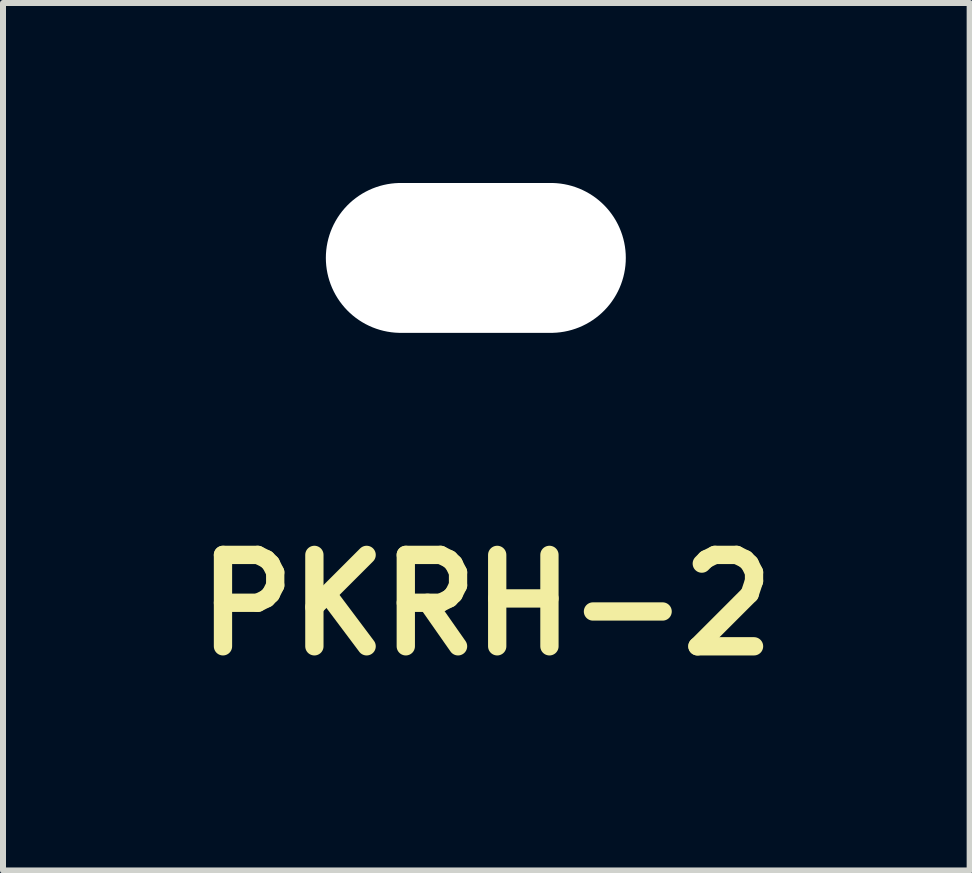
<source format=kicad_pcb>
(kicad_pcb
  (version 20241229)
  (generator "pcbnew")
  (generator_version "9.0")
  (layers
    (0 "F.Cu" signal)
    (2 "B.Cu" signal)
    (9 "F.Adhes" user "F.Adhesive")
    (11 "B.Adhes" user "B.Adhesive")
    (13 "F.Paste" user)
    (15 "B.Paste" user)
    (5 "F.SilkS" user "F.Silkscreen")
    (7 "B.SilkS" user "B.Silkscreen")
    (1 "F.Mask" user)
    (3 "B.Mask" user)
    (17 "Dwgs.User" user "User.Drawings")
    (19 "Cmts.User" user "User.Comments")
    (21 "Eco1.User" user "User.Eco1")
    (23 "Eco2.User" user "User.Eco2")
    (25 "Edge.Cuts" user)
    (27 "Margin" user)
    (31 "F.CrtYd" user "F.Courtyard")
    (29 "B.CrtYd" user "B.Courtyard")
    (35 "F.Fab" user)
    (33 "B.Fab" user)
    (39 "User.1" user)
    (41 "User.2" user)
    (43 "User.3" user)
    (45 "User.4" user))
  (footprint "PKRH-2"
    (layer "F.Cu")
    (at 4.883 1.25)
    (property "Reference" "PKRH-2" (at 0.175 5.786 0) (layer "F.SilkS") (effects (font (size 1.524 1.524) (thickness 0.305))))
    (attr exclude_from_pos_files exclude_from_bom)
    (pad "" np_thru_hole oval (at 0 0) (size 5.001 2.499) (drill oval 5.001 2.499) (layers "*.Cu" "*.Mask")))
  (gr_rect
    (start -3 -3)
    (end 13.116 11.462)
    (stroke (width 0.1) (type default))
    (fill no)
    (layer "Edge.Cuts")))
</source>
